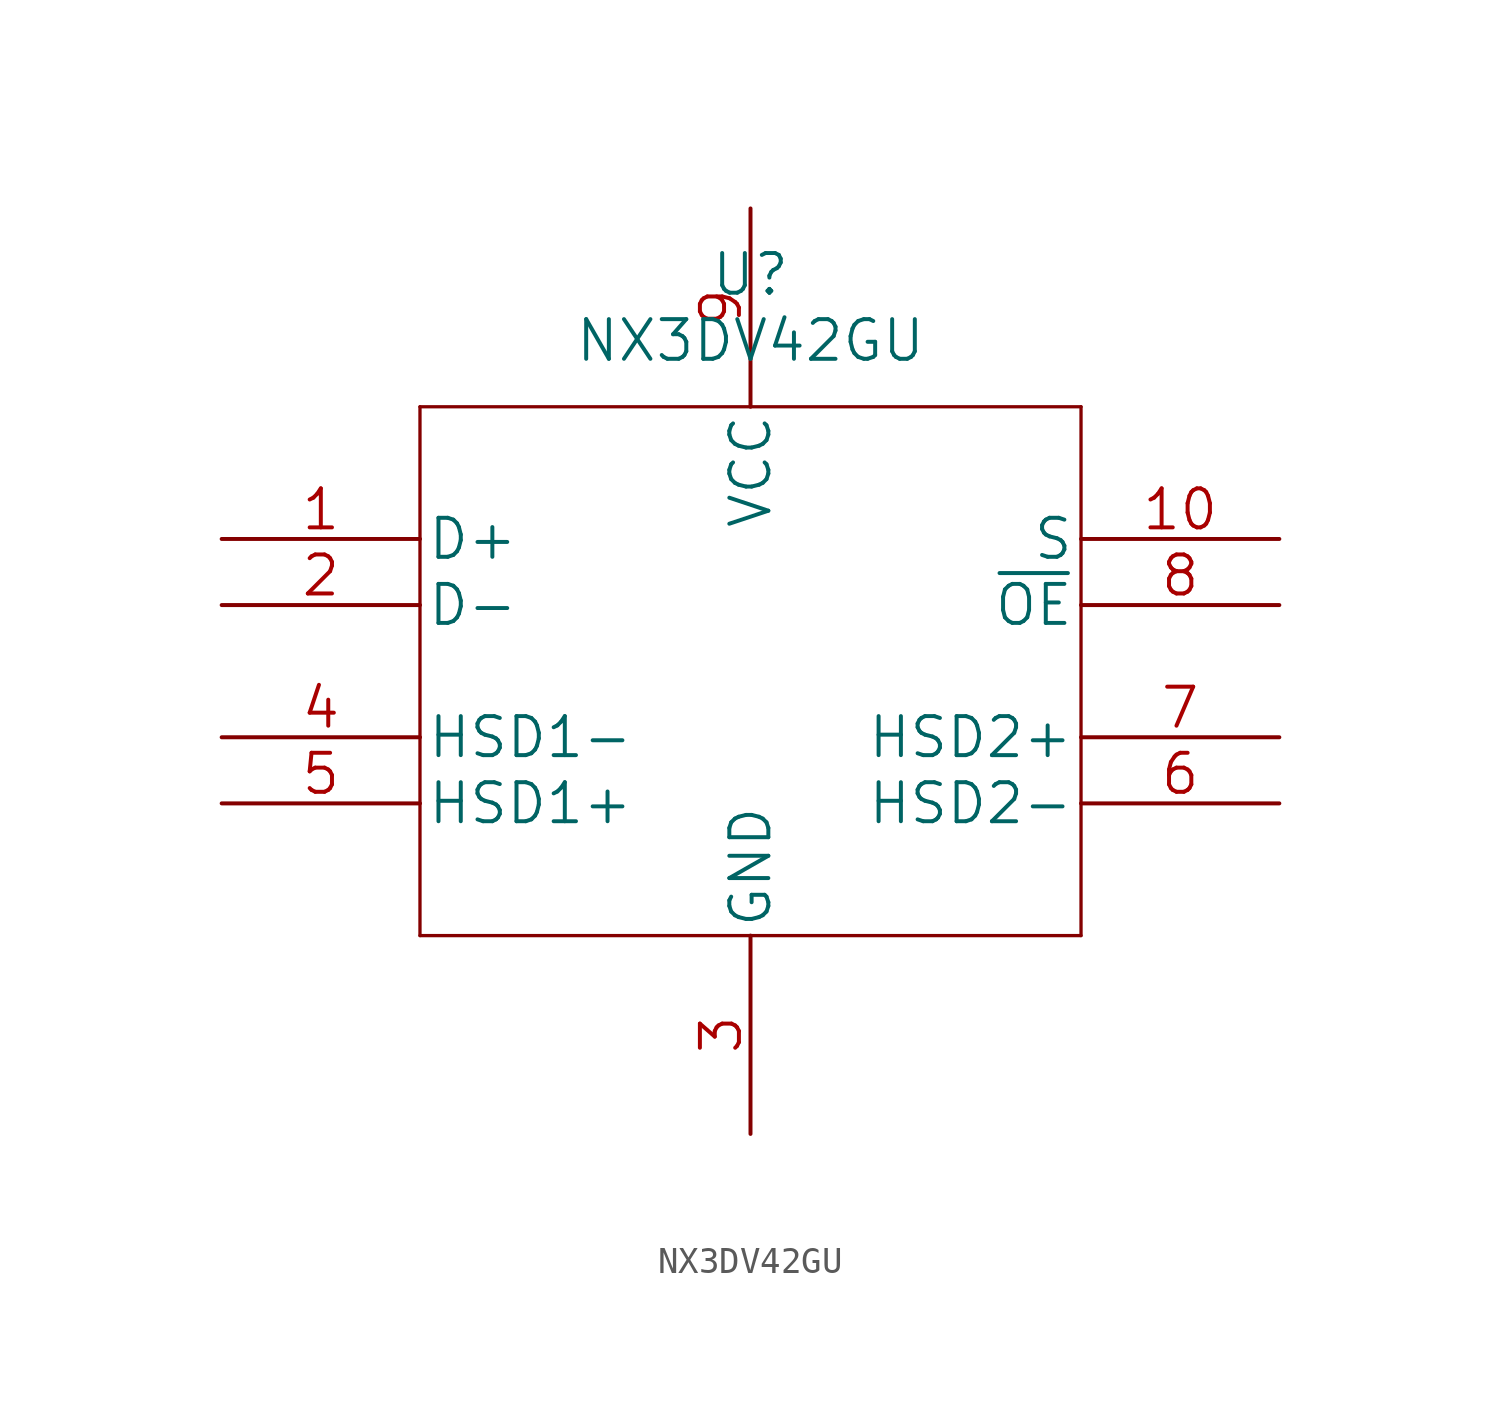
<source format=kicad_sym>
(kicad_symbol_lib
  (version 20201005)
  (generator kicad_symbol_editor)
  (symbol "NX3DV42:NX3DV42GU"
    (pin_names
      (offset 0.254))
    (property "Reference" "U"
      (at 20.32 10.16 0)
      (effects (font (size 1.524 1.524))))
    (property "Value" "NX3DV42GU"
      (at 20.32 7.62 0)
      (effects (font (size 1.524 1.524))))
    (property "Datasheet" ""
      (at 0 0 0)
      (effects (font (size 1.524 1.524))))
    (property "ki_locked" ""
      (at 0 0 0)
      (effects (font (size 1.27 1.27))))
    (symbol "NX3DV42GU_1_1"
      (polyline (pts (xy 7.62 -15.24) (xy 33.02 -15.24)) (stroke (width 0.127)) (fill (type none)))
      (polyline (pts (xy 7.62 5.08) (xy 7.62 -15.24)) (stroke (width 0.127)) (fill (type none)))
      (polyline (pts (xy 33.02 -15.24) (xy 33.02 5.08)) (stroke (width 0.127)) (fill (type none)))
      (polyline (pts (xy 33.02 5.08) (xy 7.62 5.08)) (stroke (width 0.127)) (fill (type none)))
      (pin passive line (at 0 0 0) (length 7.62) (name "D+" (effects (font (size 1.499 1.499)))) (number "1" (effects (font (size 1.499 1.499)))))
      (pin input line (at 40.64 0 180) (length 7.62) (name "S" (effects (font (size 1.499 1.499)))) (number "10" (effects (font (size 1.499 1.499)))))
      (pin passive line (at 0 -2.54 0) (length 7.62) (name "D-" (effects (font (size 1.499 1.499)))) (number "2" (effects (font (size 1.499 1.499)))))
      (pin power_in line (at 20.32 -22.86 90) (length 7.62) (name "GND" (effects (font (size 1.499 1.499)))) (number "3" (effects (font (size 1.499 1.499)))))
      (pin passive line (at 0 -7.62 0) (length 7.62) (name "HSD1-" (effects (font (size 1.499 1.499)))) (number "4" (effects (font (size 1.499 1.499)))))
      (pin passive line (at 0 -10.16 0) (length 7.62) (name "HSD1+" (effects (font (size 1.499 1.499)))) (number "5" (effects (font (size 1.499 1.499)))))
      (pin passive line (at 40.64 -10.16 180) (length 7.62) (name "HSD2-" (effects (font (size 1.499 1.499)))) (number "6" (effects (font (size 1.499 1.499)))))
      (pin passive line (at 40.64 -7.62 180) (length 7.62) (name "HSD2+" (effects (font (size 1.499 1.499)))) (number "7" (effects (font (size 1.499 1.499)))))
      (pin input line (at 40.64 -2.54 180) (length 7.62) (name "~OE" (effects (font (size 1.499 1.499)))) (number "8" (effects (font (size 1.499 1.499)))))
      (pin power_in line (at 20.32 12.7 270) (length 7.62) (name "VCC" (effects (font (size 1.499 1.499)))) (number "9" (effects (font (size 1.499 1.499))))))))
</source>
